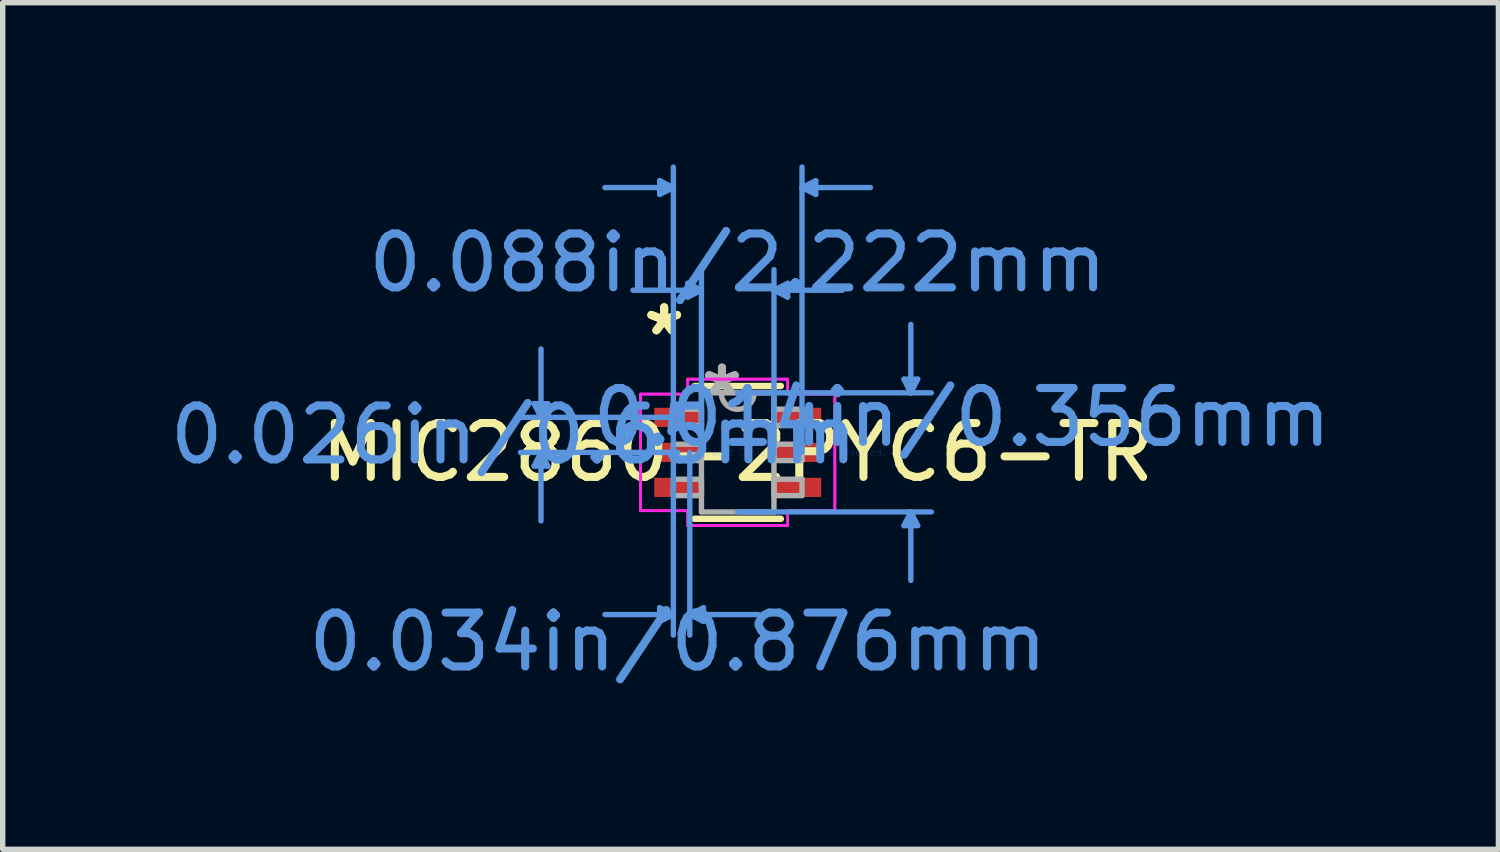
<source format=kicad_pcb>
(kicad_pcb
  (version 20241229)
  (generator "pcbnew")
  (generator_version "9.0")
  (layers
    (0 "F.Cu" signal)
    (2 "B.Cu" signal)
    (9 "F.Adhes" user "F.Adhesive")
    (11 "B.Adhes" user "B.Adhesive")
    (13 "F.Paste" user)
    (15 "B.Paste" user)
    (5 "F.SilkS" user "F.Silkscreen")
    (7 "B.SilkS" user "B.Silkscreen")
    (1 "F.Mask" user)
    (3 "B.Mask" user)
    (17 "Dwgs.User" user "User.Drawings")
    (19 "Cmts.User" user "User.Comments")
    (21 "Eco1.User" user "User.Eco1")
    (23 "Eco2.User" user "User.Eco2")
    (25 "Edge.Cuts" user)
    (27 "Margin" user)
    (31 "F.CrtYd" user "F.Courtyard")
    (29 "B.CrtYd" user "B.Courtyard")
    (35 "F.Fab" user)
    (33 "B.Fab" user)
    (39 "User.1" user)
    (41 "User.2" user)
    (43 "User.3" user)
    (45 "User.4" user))
  (footprint "MIC2860-2PYC6-TR"
    (layer "F.Cu")
    (at 10.641 5.346)
    (property "Reference" "MIC2860-2PYC6-TR" (at 0 0 0) (layer "F.SilkS") (effects (font (size 1 1) (thickness 0.15))))
    (attr through_hole)
    (fp_line (start -0.8 1.232) (end 0.8 1.232) (stroke (width 0.12) (type solid)) (layer "F.SilkS"))
    (fp_line (start 0.8 -1.232) (end -0.8 -1.232) (stroke (width 0.12) (type solid)) (layer "F.SilkS"))
    (fp_line (start -3.778 -0.904) (end -3.524 -0.904) (stroke (width 0.1) (type solid)) (layer "Cmts.User"))
    (fp_line (start -3.778 0.254) (end -3.524 0.254) (stroke (width 0.1) (type solid)) (layer "Cmts.User"))
    (fp_line (start -3.651 -0.65) (end -3.778 -0.904) (stroke (width 0.1) (type solid)) (layer "Cmts.User"))
    (fp_line (start -3.651 -0.65) (end -3.651 -1.92) (stroke (width 0.1) (type solid)) (layer "Cmts.User"))
    (fp_line (start -3.651 -0.65) (end -3.524 -0.904) (stroke (width 0.1) (type solid)) (layer "Cmts.User"))
    (fp_line (start -3.651 0) (end -3.778 0.254) (stroke (width 0.1) (type solid)) (layer "Cmts.User"))
    (fp_line (start -3.651 0) (end -3.651 1.27) (stroke (width 0.1) (type solid)) (layer "Cmts.User"))
    (fp_line (start -3.651 0) (end -3.524 0.254) (stroke (width 0.1) (type solid)) (layer "Cmts.User"))
    (fp_line (start -1.448 -5.042) (end -1.448 -4.788) (stroke (width 0.1) (type solid)) (layer "Cmts.User"))
    (fp_line (start -1.448 2.883) (end -1.448 3.137) (stroke (width 0.1) (type solid)) (layer "Cmts.User"))
    (fp_line (start -1.194 -4.915) (end -2.464 -4.915) (stroke (width 0.1) (type solid)) (layer "Cmts.User"))
    (fp_line (start -1.194 -4.915) (end -1.448 -5.042) (stroke (width 0.1) (type solid)) (layer "Cmts.User"))
    (fp_line (start -1.194 -4.915) (end -1.448 -4.788) (stroke (width 0.1) (type solid)) (layer "Cmts.User"))
    (fp_line (start -1.194 0) (end -1.194 -5.296) (stroke (width 0.1) (type solid)) (layer "Cmts.User"))
    (fp_line (start -1.194 0) (end -1.194 3.391) (stroke (width 0.1) (type solid)) (layer "Cmts.User"))
    (fp_line (start -1.194 3.01) (end -2.464 3.01) (stroke (width 0.1) (type solid)) (layer "Cmts.User"))
    (fp_line (start -1.194 3.01) (end -1.448 2.883) (stroke (width 0.1) (type solid)) (layer "Cmts.User"))
    (fp_line (start -1.194 3.01) (end -1.448 3.137) (stroke (width 0.1) (type solid)) (layer "Cmts.User"))
    (fp_line (start -1.111 -0.65) (end -4.032 -0.65) (stroke (width 0.1) (type solid)) (layer "Cmts.User"))
    (fp_line (start -1.111 0) (end -4.032 0) (stroke (width 0.1) (type solid)) (layer "Cmts.User"))
    (fp_line (start -0.927 -3.137) (end -0.927 -2.883) (stroke (width 0.1) (type solid)) (layer "Cmts.User"))
    (fp_line (start -0.889 0) (end -0.889 3.391) (stroke (width 0.1) (type solid)) (layer "Cmts.User"))
    (fp_line (start -0.889 3.01) (end -0.635 2.883) (stroke (width 0.1) (type solid)) (layer "Cmts.User"))
    (fp_line (start -0.889 3.01) (end -0.635 3.137) (stroke (width 0.1) (type solid)) (layer "Cmts.User"))
    (fp_line (start -0.889 3.01) (end 0.381 3.01) (stroke (width 0.1) (type solid)) (layer "Cmts.User"))
    (fp_line (start -0.673 -3.01) (end -1.943 -3.01) (stroke (width 0.1) (type solid)) (layer "Cmts.User"))
    (fp_line (start -0.673 -3.01) (end -0.927 -3.137) (stroke (width 0.1) (type solid)) (layer "Cmts.User"))
    (fp_line (start -0.673 -3.01) (end -0.927 -2.883) (stroke (width 0.1) (type solid)) (layer "Cmts.User"))
    (fp_line (start -0.673 0) (end -0.673 -3.391) (stroke (width 0.1) (type solid)) (layer "Cmts.User"))
    (fp_line (start -0.635 2.883) (end -0.635 3.137) (stroke (width 0.1) (type solid)) (layer "Cmts.User"))
    (fp_line (start 0 -1.105) (end 3.594 -1.105) (stroke (width 0.1) (type solid)) (layer "Cmts.User"))
    (fp_line (start 0 1.105) (end 3.594 1.105) (stroke (width 0.1) (type solid)) (layer "Cmts.User"))
    (fp_line (start 0.673 -3.01) (end 0.927 -3.137) (stroke (width 0.1) (type solid)) (layer "Cmts.User"))
    (fp_line (start 0.673 -3.01) (end 0.927 -2.883) (stroke (width 0.1) (type solid)) (layer "Cmts.User"))
    (fp_line (start 0.673 -3.01) (end 1.943 -3.01) (stroke (width 0.1) (type solid)) (layer "Cmts.User"))
    (fp_line (start 0.673 0) (end 0.673 -3.391) (stroke (width 0.1) (type solid)) (layer "Cmts.User"))
    (fp_line (start 0.927 -3.137) (end 0.927 -2.883) (stroke (width 0.1) (type solid)) (layer "Cmts.User"))
    (fp_line (start 1.194 -4.915) (end 1.448 -5.042) (stroke (width 0.1) (type solid)) (layer "Cmts.User"))
    (fp_line (start 1.194 -4.915) (end 1.448 -4.788) (stroke (width 0.1) (type solid)) (layer "Cmts.User"))
    (fp_line (start 1.194 -4.915) (end 2.464 -4.915) (stroke (width 0.1) (type solid)) (layer "Cmts.User"))
    (fp_line (start 1.194 0) (end 1.194 -5.296) (stroke (width 0.1) (type solid)) (layer "Cmts.User"))
    (fp_line (start 1.448 -5.042) (end 1.448 -4.788) (stroke (width 0.1) (type solid)) (layer "Cmts.User"))
    (fp_line (start 3.086 -1.359) (end 3.34 -1.359) (stroke (width 0.1) (type solid)) (layer "Cmts.User"))
    (fp_line (start 3.086 1.359) (end 3.34 1.359) (stroke (width 0.1) (type solid)) (layer "Cmts.User"))
    (fp_line (start 3.213 -1.105) (end 3.086 -1.359) (stroke (width 0.1) (type solid)) (layer "Cmts.User"))
    (fp_line (start 3.213 -1.105) (end 3.213 -2.375) (stroke (width 0.1) (type solid)) (layer "Cmts.User"))
    (fp_line (start 3.213 -1.105) (end 3.34 -1.359) (stroke (width 0.1) (type solid)) (layer "Cmts.User"))
    (fp_line (start 3.213 1.105) (end 3.086 1.359) (stroke (width 0.1) (type solid)) (layer "Cmts.User"))
    (fp_line (start 3.213 1.105) (end 3.213 2.375) (stroke (width 0.1) (type solid)) (layer "Cmts.User"))
    (fp_line (start 3.213 1.105) (end 3.34 1.359) (stroke (width 0.1) (type solid)) (layer "Cmts.User"))
    (fp_line (start -1.803 -1.082) (end -0.927 -1.082) (stroke (width 0.05) (type solid)) (layer "F.CrtYd"))
    (fp_line (start -1.803 -1.082) (end -0.927 -1.082) (stroke (width 0.05) (type solid)) (layer "F.CrtYd"))
    (fp_line (start -1.803 1.082) (end -1.803 -1.082) (stroke (width 0.05) (type solid)) (layer "F.CrtYd"))
    (fp_line (start -1.803 1.082) (end -1.803 -1.082) (stroke (width 0.05) (type solid)) (layer "F.CrtYd"))
    (fp_line (start -1.803 1.082) (end -0.927 1.082) (stroke (width 0.05) (type solid)) (layer "F.CrtYd"))
    (fp_line (start -0.927 -1.359) (end 0.927 -1.359) (stroke (width 0.05) (type solid)) (layer "F.CrtYd"))
    (fp_line (start -0.927 -1.359) (end 0.927 -1.359) (stroke (width 0.05) (type solid)) (layer "F.CrtYd"))
    (fp_line (start -0.927 -1.082) (end -0.927 -1.359) (stroke (width 0.05) (type solid)) (layer "F.CrtYd"))
    (fp_line (start -0.927 -1.082) (end -0.927 -1.359) (stroke (width 0.05) (type solid)) (layer "F.CrtYd"))
    (fp_line (start -0.927 1.082) (end -1.803 1.082) (stroke (width 0.05) (type solid)) (layer "F.CrtYd"))
    (fp_line (start -0.927 1.359) (end -0.927 1.082) (stroke (width 0.05) (type solid)) (layer "F.CrtYd"))
    (fp_line (start -0.927 1.359) (end -0.927 1.082) (stroke (width 0.05) (type solid)) (layer "F.CrtYd"))
    (fp_line (start 0.927 -1.359) (end 0.927 -1.082) (stroke (width 0.05) (type solid)) (layer "F.CrtYd"))
    (fp_line (start 0.927 -1.359) (end 0.927 -1.082) (stroke (width 0.05) (type solid)) (layer "F.CrtYd"))
    (fp_line (start 0.927 -1.082) (end 1.803 -1.082) (stroke (width 0.05) (type solid)) (layer "F.CrtYd"))
    (fp_line (start 0.927 1.082) (end 0.927 1.359) (stroke (width 0.05) (type solid)) (layer "F.CrtYd"))
    (fp_line (start 0.927 1.082) (end 0.927 1.359) (stroke (width 0.05) (type solid)) (layer "F.CrtYd"))
    (fp_line (start 0.927 1.359) (end -0.927 1.359) (stroke (width 0.05) (type solid)) (layer "F.CrtYd"))
    (fp_line (start 0.927 1.359) (end -0.927 1.359) (stroke (width 0.05) (type solid)) (layer "F.CrtYd"))
    (fp_line (start 1.803 -1.082) (end 0.927 -1.082) (stroke (width 0.05) (type solid)) (layer "F.CrtYd"))
    (fp_line (start 1.803 -1.082) (end 1.803 1.082) (stroke (width 0.05) (type solid)) (layer "F.CrtYd"))
    (fp_line (start 1.803 -1.082) (end 1.803 1.082) (stroke (width 0.05) (type solid)) (layer "F.CrtYd"))
    (fp_line (start 1.803 1.082) (end 0.927 1.082) (stroke (width 0.05) (type solid)) (layer "F.CrtYd"))
    (fp_line (start 1.803 1.082) (end 0.927 1.082) (stroke (width 0.05) (type solid)) (layer "F.CrtYd"))
    (fp_line (start -1.194 -0.802) (end -1.194 -0.498) (stroke (width 0.1) (type solid)) (layer "F.Fab"))
    (fp_line (start -1.194 -0.498) (end -0.673 -0.498) (stroke (width 0.1) (type solid)) (layer "F.Fab"))
    (fp_line (start -1.194 -0.152) (end -1.194 0.152) (stroke (width 0.1) (type solid)) (layer "F.Fab"))
    (fp_line (start -1.194 0.152) (end -0.673 0.152) (stroke (width 0.1) (type solid)) (layer "F.Fab"))
    (fp_line (start -1.194 0.498) (end -1.194 0.802) (stroke (width 0.1) (type solid)) (layer "F.Fab"))
    (fp_line (start -1.194 0.802) (end -0.673 0.802) (stroke (width 0.1) (type solid)) (layer "F.Fab"))
    (fp_line (start -0.673 -1.105) (end -0.673 1.105) (stroke (width 0.1) (type solid)) (layer "F.Fab"))
    (fp_line (start -0.673 -0.802) (end -1.194 -0.802) (stroke (width 0.1) (type solid)) (layer "F.Fab"))
    (fp_line (start -0.673 -0.498) (end -0.673 -0.802) (stroke (width 0.1) (type solid)) (layer "F.Fab"))
    (fp_line (start -0.673 -0.152) (end -1.194 -0.152) (stroke (width 0.1) (type solid)) (layer "F.Fab"))
    (fp_line (start -0.673 0.152) (end -0.673 -0.152) (stroke (width 0.1) (type solid)) (layer "F.Fab"))
    (fp_line (start -0.673 0.498) (end -1.194 0.498) (stroke (width 0.1) (type solid)) (layer "F.Fab"))
    (fp_line (start -0.673 0.802) (end -0.673 0.498) (stroke (width 0.1) (type solid)) (layer "F.Fab"))
    (fp_line (start -0.673 1.105) (end 0.673 1.105) (stroke (width 0.1) (type solid)) (layer "F.Fab"))
    (fp_line (start 0.673 -1.105) (end -0.673 -1.105) (stroke (width 0.1) (type solid)) (layer "F.Fab"))
    (fp_line (start 0.673 -0.802) (end 0.673 -0.498) (stroke (width 0.1) (type solid)) (layer "F.Fab"))
    (fp_line (start 0.673 -0.498) (end 1.194 -0.498) (stroke (width 0.1) (type solid)) (layer "F.Fab"))
    (fp_line (start 0.673 -0.152) (end 0.673 0.152) (stroke (width 0.1) (type solid)) (layer "F.Fab"))
    (fp_line (start 0.673 0.152) (end 1.194 0.152) (stroke (width 0.1) (type solid)) (layer "F.Fab"))
    (fp_line (start 0.673 0.498) (end 0.673 0.802) (stroke (width 0.1) (type solid)) (layer "F.Fab"))
    (fp_line (start 0.673 0.802) (end 1.194 0.802) (stroke (width 0.1) (type solid)) (layer "F.Fab"))
    (fp_line (start 0.673 1.105) (end 0.673 -1.105) (stroke (width 0.1) (type solid)) (layer "F.Fab"))
    (fp_line (start 1.194 -0.802) (end 0.673 -0.802) (stroke (width 0.1) (type solid)) (layer "F.Fab"))
    (fp_line (start 1.194 -0.498) (end 1.194 -0.802) (stroke (width 0.1) (type solid)) (layer "F.Fab"))
    (fp_line (start 1.194 -0.152) (end 0.673 -0.152) (stroke (width 0.1) (type solid)) (layer "F.Fab"))
    (fp_line (start 1.194 0.152) (end 1.194 -0.152) (stroke (width 0.1) (type solid)) (layer "F.Fab"))
    (fp_line (start 1.194 0.498) (end 0.673 0.498) (stroke (width 0.1) (type solid)) (layer "F.Fab"))
    (fp_line (start 1.194 0.802) (end 1.194 0.498) (stroke (width 0.1) (type solid)) (layer "F.Fab"))
    (fp_arc (start 0.3048 -1.1049) (mid 0 -0.8001) (end -0.3048 -1.1049) (stroke (width 0.1) (type solid)) (layer "F.Fab"))
    (fp_text user "*" (at -1.365 -2.149 0) (layer "F.SilkS") (effects (font (size 1 1) (thickness 0.15))))
    (fp_text user "*" (at -1.365 -2.149 0) (layer "F.SilkS") (effects (font (size 1 1) (thickness 0.15))))
    (fp_text user "Copyright 2021 Accelerated Designs. All rights reserved." (at 0 0 0) (layer "Cmts.User") (effects (font (size 0.127 0.127) (thickness 0.002))))
    (fp_text user "0.026in/0.65mm" (at -4.159 -0.325 0) (layer "Cmts.User") (effects (font (size 1 1) (thickness 0.15))))
    (fp_text user "0.014in/0.356mm" (at 4.159 -0.65 0) (layer "Cmts.User") (effects (font (size 1 1) (thickness 0.15))))
    (fp_text user "0.088in/2.222mm" (at 0 -3.518 0) (layer "Cmts.User") (effects (font (size 1 1) (thickness 0.15))))
    (fp_text user "0.034in/0.876mm" (at -1.111 3.518 0) (layer "Cmts.User") (effects (font (size 1 1) (thickness 0.15))))
    (fp_text user "*" (at -0.292 -1.029 0) (layer "F.Fab") (effects (font (size 1 1) (thickness 0.15))))
    (fp_text user "*" (at -0.292 -1.029 0) (layer "F.Fab") (effects (font (size 1 1) (thickness 0.15))))
    (pad "1" smd rect (at -1.111 -0.65) (size 0.876 0.356) (layers "F.Cu" "F.Mask" "F.Paste"))
    (pad "2" smd rect (at -1.111 0) (size 0.876 0.356) (layers "F.Cu" "F.Mask" "F.Paste"))
    (pad "3" smd rect (at -1.111 0.65) (size 0.876 0.356) (layers "F.Cu" "F.Mask" "F.Paste"))
    (pad "4" smd rect (at 1.111 0.65) (size 0.876 0.356) (layers "F.Cu" "F.Mask" "F.Paste"))
    (pad "5" smd rect (at 1.111 0) (size 0.876 0.356) (layers "F.Cu" "F.Mask" "F.Paste"))
    (pad "6" smd rect (at 1.111 -0.65) (size 0.876 0.356) (layers "F.Cu" "F.Mask" "F.Paste")))
  (gr_rect
    (start -3 -3)
    (end 24.759 12.712)
    (stroke (width 0.1) (type default))
    (fill no)
    (layer "Edge.Cuts")))
</source>
